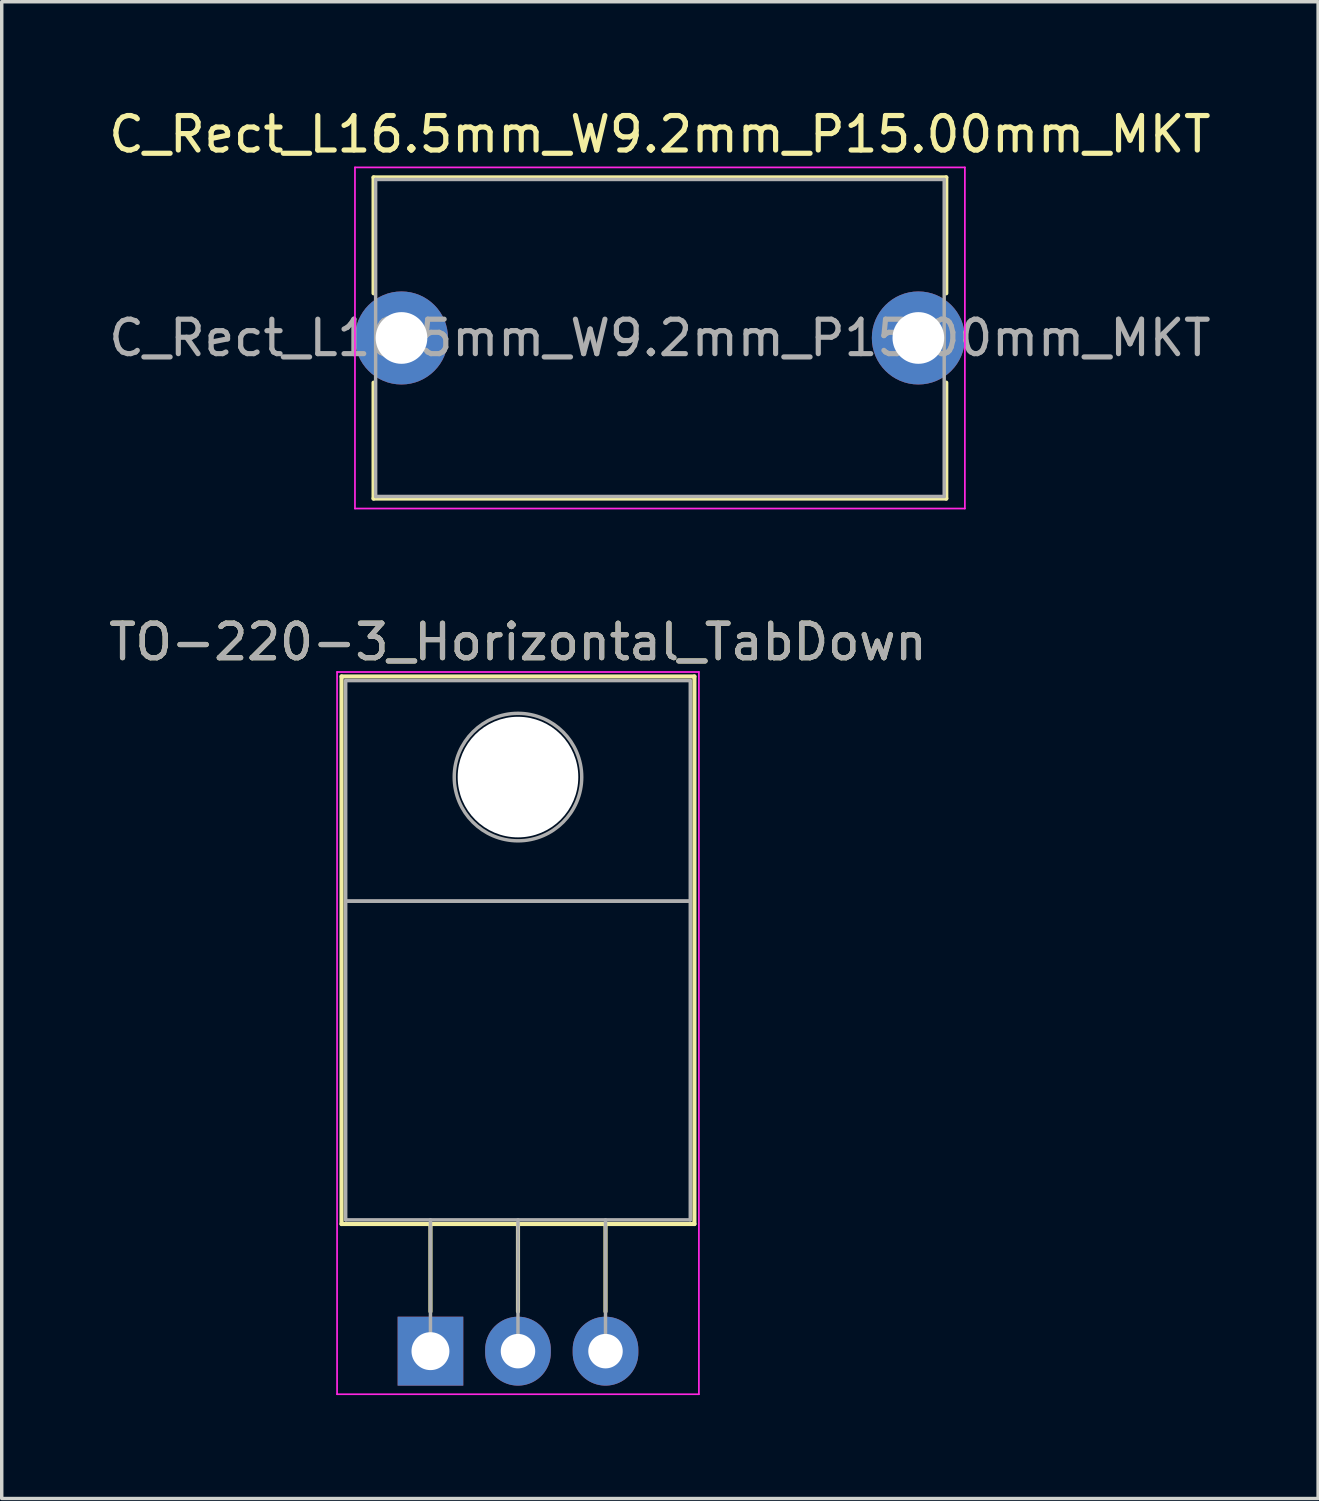
<source format=kicad_pcb>
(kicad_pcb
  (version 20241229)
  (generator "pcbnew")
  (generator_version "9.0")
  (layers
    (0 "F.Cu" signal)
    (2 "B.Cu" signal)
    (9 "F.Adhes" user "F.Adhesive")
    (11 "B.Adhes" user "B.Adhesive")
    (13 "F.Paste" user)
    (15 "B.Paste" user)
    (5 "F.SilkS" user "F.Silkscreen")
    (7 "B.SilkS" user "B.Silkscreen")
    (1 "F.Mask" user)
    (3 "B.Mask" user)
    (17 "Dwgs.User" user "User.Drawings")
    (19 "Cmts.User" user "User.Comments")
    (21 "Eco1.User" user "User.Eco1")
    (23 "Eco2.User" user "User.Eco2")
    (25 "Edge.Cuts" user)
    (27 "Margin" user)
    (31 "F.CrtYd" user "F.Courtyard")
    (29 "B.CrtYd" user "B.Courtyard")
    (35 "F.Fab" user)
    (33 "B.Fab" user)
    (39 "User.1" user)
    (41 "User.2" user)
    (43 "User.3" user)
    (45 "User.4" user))
  (footprint "C_Rect_L16.5mm_W9.2mm_P15.00mm_MKT"
    (layer "F.Cu")
    (at 8.601 6.758)
    (property "Reference" "C_Rect_L16.5mm_W9.2mm_P15.00mm_MKT" (at 7.5 -5.91 0) (layer "F.SilkS") (effects (font (size 1 1) (thickness 0.15))))
    (attr through_hole)
    (fp_line (start -0.81 -4.66) (end -0.81 -1.296) (stroke (width 0.12) (type solid)) (layer "F.SilkS"))
    (fp_line (start -0.81 -4.66) (end 15.81 -4.66) (stroke (width 0.12) (type solid)) (layer "F.SilkS"))
    (fp_line (start -0.81 1.296) (end -0.81 4.66) (stroke (width 0.12) (type solid)) (layer "F.SilkS"))
    (fp_line (start -0.81 4.66) (end 15.81 4.66) (stroke (width 0.12) (type solid)) (layer "F.SilkS"))
    (fp_line (start 15.81 -4.66) (end 15.81 -1.296) (stroke (width 0.12) (type solid)) (layer "F.SilkS"))
    (fp_line (start 15.81 1.296) (end 15.81 4.66) (stroke (width 0.12) (type solid)) (layer "F.SilkS"))
    (fp_line (start -1.35 -4.95) (end -1.35 4.95) (stroke (width 0.05) (type solid)) (layer "F.CrtYd"))
    (fp_line (start -1.35 4.95) (end 16.35 4.95) (stroke (width 0.05) (type solid)) (layer "F.CrtYd"))
    (fp_line (start 16.35 -4.95) (end -1.35 -4.95) (stroke (width 0.05) (type solid)) (layer "F.CrtYd"))
    (fp_line (start 16.35 4.95) (end 16.35 -4.95) (stroke (width 0.05) (type solid)) (layer "F.CrtYd"))
    (fp_line (start -0.75 -4.6) (end -0.75 4.6) (stroke (width 0.1) (type solid)) (layer "F.Fab"))
    (fp_line (start -0.75 4.6) (end 15.75 4.6) (stroke (width 0.1) (type solid)) (layer "F.Fab"))
    (fp_line (start 15.75 -4.6) (end -0.75 -4.6) (stroke (width 0.1) (type solid)) (layer "F.Fab"))
    (fp_line (start 15.75 4.6) (end 15.75 -4.6) (stroke (width 0.1) (type solid)) (layer "F.Fab"))
    (fp_text user "${REFERENCE}" (at 7.5 0 0) (layer "F.Fab") (effects (font (size 1 1) (thickness 0.15))))
    (pad "1" thru_hole circle (at 0 0) (size 2.7 2.7) (drill 1.5) (layers "*.Cu" "*.Mask"))
    (pad "2" thru_hole circle (at 15 0) (size 2.7 2.7) (drill 1.5) (layers "*.Cu" "*.Mask")))
  (footprint "TO-220-3_Horizontal_TabDown"
    (layer "F.Cu")
    (at 9.442 36.161)
    (property "Reference" "TO-220-3_Horizontal_TabDown" (at 2.54 -20.58 0) (layer "F.SilkS") (effects (font (size 1 1) (thickness 0.15))))
    (attr through_hole)
    (fp_line (start -2.58 -19.58) (end -2.58 -3.69) (stroke (width 0.12) (type solid)) (layer "F.SilkS"))
    (fp_line (start -2.58 -19.58) (end 7.66 -19.58) (stroke (width 0.12) (type solid)) (layer "F.SilkS"))
    (fp_line (start -2.58 -3.69) (end 7.66 -3.69) (stroke (width 0.12) (type solid)) (layer "F.SilkS"))
    (fp_line (start 0 -3.69) (end 0 -1.15) (stroke (width 0.12) (type solid)) (layer "F.SilkS"))
    (fp_line (start 2.54 -3.69) (end 2.54 -1.15) (stroke (width 0.12) (type solid)) (layer "F.SilkS"))
    (fp_line (start 5.08 -3.69) (end 5.08 -1.15) (stroke (width 0.12) (type solid)) (layer "F.SilkS"))
    (fp_line (start 7.66 -19.58) (end 7.66 -3.69) (stroke (width 0.12) (type solid)) (layer "F.SilkS"))
    (fp_line (start -2.71 -19.71) (end -2.71 1.25) (stroke (width 0.05) (type solid)) (layer "F.CrtYd"))
    (fp_line (start -2.71 1.25) (end 7.79 1.25) (stroke (width 0.05) (type solid)) (layer "F.CrtYd"))
    (fp_line (start 7.79 -19.71) (end -2.71 -19.71) (stroke (width 0.05) (type solid)) (layer "F.CrtYd"))
    (fp_line (start 7.79 1.25) (end 7.79 -19.71) (stroke (width 0.05) (type solid)) (layer "F.CrtYd"))
    (fp_line (start -2.46 -19.46) (end 7.54 -19.46) (stroke (width 0.1) (type solid)) (layer "F.Fab"))
    (fp_line (start -2.46 -13.06) (end -2.46 -19.46) (stroke (width 0.1) (type solid)) (layer "F.Fab"))
    (fp_line (start -2.46 -13.06) (end 7.54 -13.06) (stroke (width 0.1) (type solid)) (layer "F.Fab"))
    (fp_line (start -2.46 -3.81) (end -2.46 -13.06) (stroke (width 0.1) (type solid)) (layer "F.Fab"))
    (fp_line (start 0 -3.81) (end 0 0) (stroke (width 0.1) (type solid)) (layer "F.Fab"))
    (fp_line (start 2.54 -3.81) (end 2.54 0) (stroke (width 0.1) (type solid)) (layer "F.Fab"))
    (fp_line (start 5.08 -3.81) (end 5.08 0) (stroke (width 0.1) (type solid)) (layer "F.Fab"))
    (fp_line (start 7.54 -19.46) (end 7.54 -13.06) (stroke (width 0.1) (type solid)) (layer "F.Fab"))
    (fp_line (start 7.54 -13.06) (end -2.46 -13.06) (stroke (width 0.1) (type solid)) (layer "F.Fab"))
    (fp_line (start 7.54 -13.06) (end 7.54 -3.81) (stroke (width 0.1) (type solid)) (layer "F.Fab"))
    (fp_line (start 7.54 -3.81) (end -2.46 -3.81) (stroke (width 0.1) (type solid)) (layer "F.Fab"))
    (fp_circle (center 2.54 -16.66) (end 4.39 -16.66) (stroke (width 0.1) (type solid)) (fill no) (layer "F.Fab"))
    (fp_text user "${REFERENCE}" (at 2.54 -20.58 0) (layer "F.Fab") (effects (font (size 1 1) (thickness 0.15))))
    (pad "" np_thru_hole oval (at 2.54 -16.66) (size 3.5 3.5) (drill 3.5) (layers "*.Cu" "*.Mask"))
    (pad "1" thru_hole rect (at 0 0) (size 1.905 2) (drill 1.1) (layers "*.Cu" "*.Mask"))
    (pad "2" thru_hole oval (at 2.54 0) (size 1.905 2) (drill 1) (layers "*.Cu" "*.Mask"))
    (pad "3" thru_hole oval (at 5.08 0) (size 1.905 2) (drill 1) (layers "*.Cu" "*.Mask")))
  (gr_rect
    (start -3 -3)
    (end 35.202 40.437)
    (stroke (width 0.1) (type default))
    (fill no)
    (layer "Edge.Cuts")))
</source>
